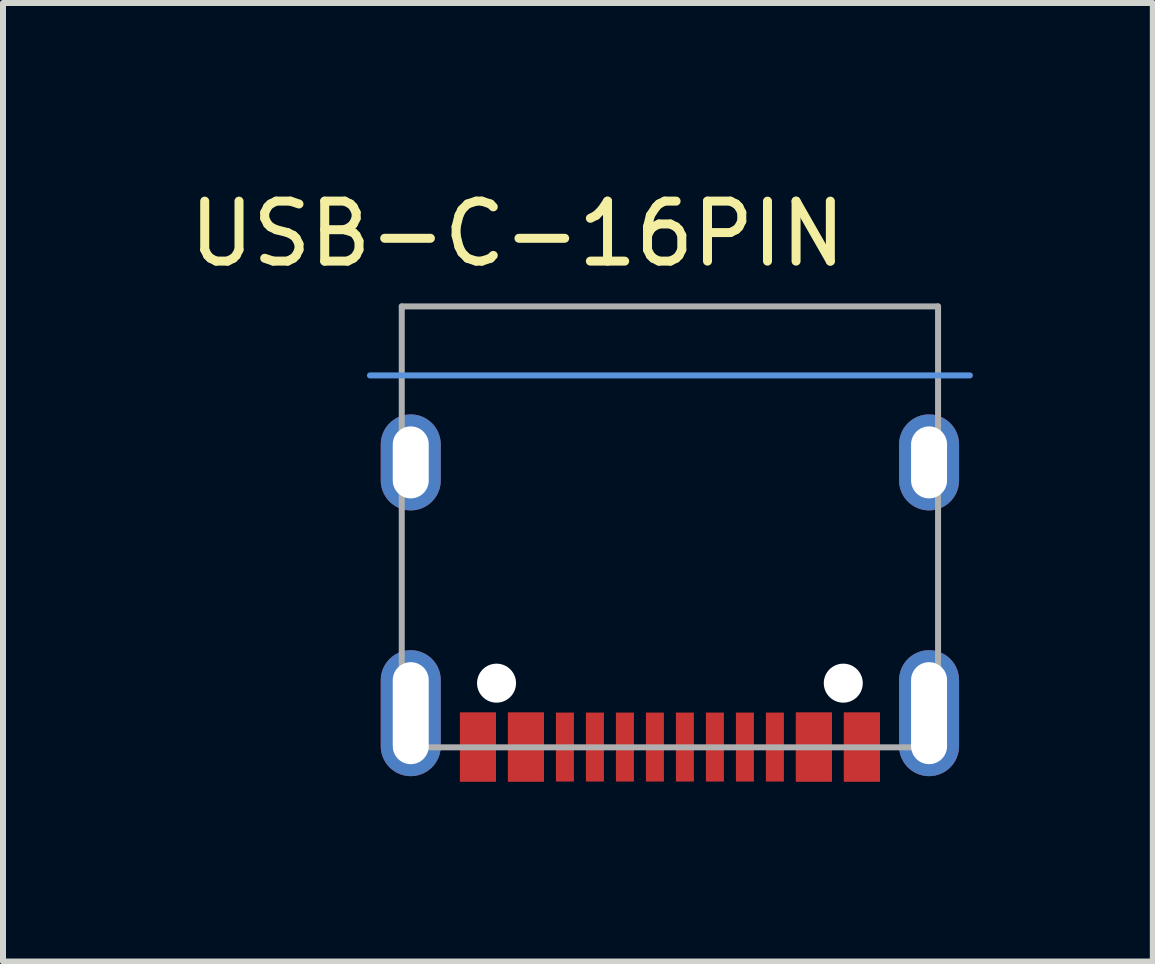
<source format=kicad_pcb>
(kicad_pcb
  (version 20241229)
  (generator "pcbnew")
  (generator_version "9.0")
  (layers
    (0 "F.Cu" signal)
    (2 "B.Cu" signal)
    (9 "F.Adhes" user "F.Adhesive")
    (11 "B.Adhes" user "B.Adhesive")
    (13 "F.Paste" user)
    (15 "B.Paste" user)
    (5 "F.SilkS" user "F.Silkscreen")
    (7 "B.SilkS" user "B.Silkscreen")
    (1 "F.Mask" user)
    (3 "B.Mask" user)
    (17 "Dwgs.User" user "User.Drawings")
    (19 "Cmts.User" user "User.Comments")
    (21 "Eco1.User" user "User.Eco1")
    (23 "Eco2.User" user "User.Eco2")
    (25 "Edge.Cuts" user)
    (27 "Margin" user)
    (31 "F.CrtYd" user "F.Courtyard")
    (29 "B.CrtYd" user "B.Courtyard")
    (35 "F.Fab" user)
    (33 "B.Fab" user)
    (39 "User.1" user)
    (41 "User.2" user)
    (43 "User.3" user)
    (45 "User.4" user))
  (footprint "USB-C-16PIN"
    (layer "F.Cu")
    (at 8.117 4.658)
    (property "Reference" "USB-C-16PIN" (at -2.54 -3.81 0) (layer "F.SilkS") (effects (font (size 1 1) (thickness 0.15))))
    (attr through_hole)
    (fp_line (start -5 -1.45) (end 5 -1.45) (stroke (width 0.1) (type solid)) (layer "Cmts.User"))
    (fp_line (start -4.47 -2.6) (end -4.47 4.75) (stroke (width 0.1) (type solid)) (layer "F.Fab"))
    (fp_line (start 4.47 -2.6) (end -4.47 -2.6) (stroke (width 0.1) (type solid)) (layer "F.Fab"))
    (fp_line (start 4.47 -2.6) (end 4.47 4.75) (stroke (width 0.1) (type solid)) (layer "F.Fab"))
    (fp_line (start 4.47 4.75) (end -4.47 4.75) (stroke (width 0.1) (type solid)) (layer "F.Fab"))
    (pad "" np_thru_hole circle (at -2.89 3.68) (size 0.65 0.65) (drill 0.65) (layers "*.Cu" "*.Mask"))
    (pad "" np_thru_hole circle (at 2.89 3.68) (size 0.65 0.65) (drill 0.65) (layers "*.Cu" "*.Mask"))
    (pad "A1" smd rect (at -3.2 4.745 180) (size 0.6 1.15) (layers "F.Cu" "F.Mask" "F.Paste"))
    (pad "A4" smd rect (at -2.4 4.745 180) (size 0.6 1.15) (layers "F.Cu" "F.Mask" "F.Paste"))
    (pad "A5" smd rect (at 1.25 4.745 180) (size 0.3 1.15) (layers "F.Cu" "F.Mask" "F.Paste"))
    (pad "A6" smd rect (at 0.25 4.745 180) (size 0.3 1.15) (layers "F.Cu" "F.Mask" "F.Paste"))
    (pad "A7" smd rect (at -0.25 4.745 180) (size 0.3 1.15) (layers "F.Cu" "F.Mask" "F.Paste"))
    (pad "A8" smd rect (at -1.25 4.745 180) (size 0.3 1.15) (layers "F.Cu" "F.Mask" "F.Paste"))
    (pad "A9" smd rect (at 2.4 4.745 180) (size 0.6 1.15) (layers "F.Cu" "F.Mask" "F.Paste"))
    (pad "A12" smd rect (at 3.2 4.745 180) (size 0.6 1.15) (layers "F.Cu" "F.Mask" "F.Paste"))
    (pad "B1" smd rect (at 3.2 4.745 180) (size 0.6 1.15) (layers "F.Cu" "F.Mask" "F.Paste"))
    (pad "B4" smd rect (at 2.4 4.745 180) (size 0.6 1.15) (layers "F.Cu" "F.Mask" "F.Paste"))
    (pad "B5" smd rect (at -1.75 4.745 180) (size 0.3 1.15) (layers "F.Cu" "F.Mask" "F.Paste"))
    (pad "B6" smd rect (at -0.75 4.745 180) (size 0.3 1.15) (layers "F.Cu" "F.Mask" "F.Paste"))
    (pad "B7" smd rect (at 0.75 4.745 180) (size 0.3 1.15) (layers "F.Cu" "F.Mask" "F.Paste"))
    (pad "B8" smd rect (at 1.75 4.745 180) (size 0.3 1.15) (layers "F.Cu" "F.Mask" "F.Paste"))
    (pad "B9" smd rect (at -2.4 4.745 180) (size 0.6 1.15) (layers "F.Cu" "F.Mask" "F.Paste"))
    (pad "B12" smd rect (at -3.2 4.745 180) (size 0.6 1.15) (layers "F.Cu" "F.Mask" "F.Paste"))
    (pad "S1" thru_hole oval (at -4.32 0 270) (size 1.6 1) (drill oval 1.2 0.6) (layers "*.Cu" "*.Mask"))
    (pad "S1" thru_hole oval (at -4.32 4.18 270) (size 2.1 1) (drill oval 1.7 0.6) (layers "*.Cu" "*.Mask"))
    (pad "S1" thru_hole oval (at 4.32 0 270) (size 1.6 1) (drill oval 1.2 0.6) (layers "*.Cu" "*.Mask"))
    (pad "S1" thru_hole oval (at 4.32 4.18 270) (size 2.1 1) (drill oval 1.7 0.6) (layers "*.Cu" "*.Mask")))
  (gr_rect
    (start -3 -3)
    (end 16.167 12.978)
    (stroke (width 0.1) (type default))
    (fill no)
    (layer "Edge.Cuts")))
</source>
